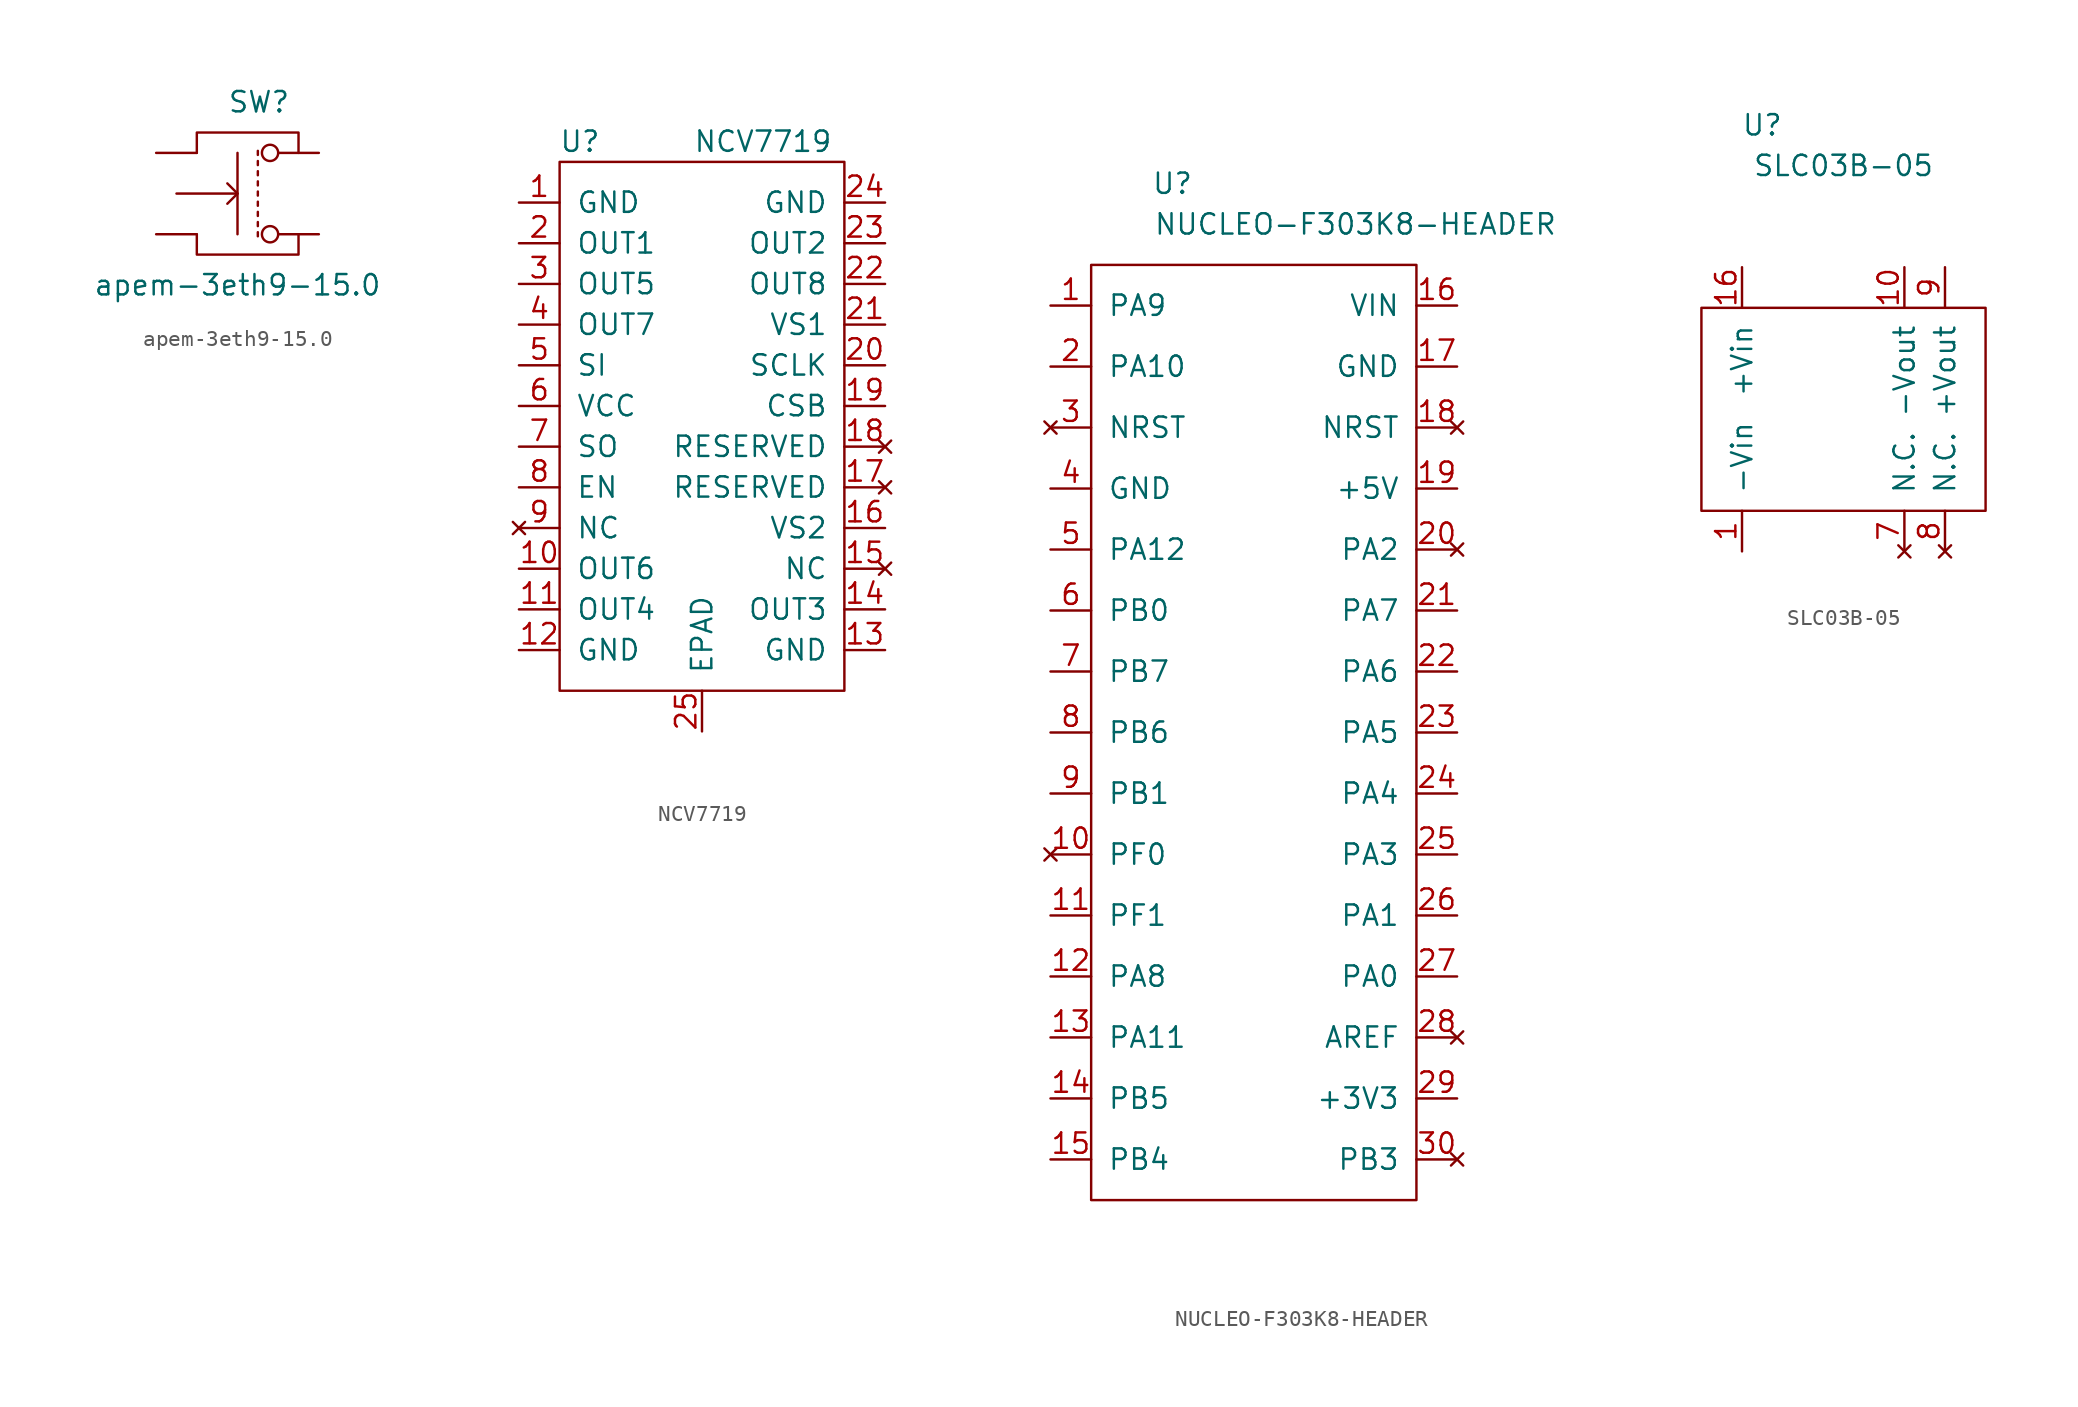
<source format=kicad_sym>
(kicad_symbol_lib
  (version 20220331)
  (generator kicad_symbol_editor)
  (symbol "apem-3eth9-15.0"
    (pin_numbers hide)
    (pin_names
      (offset 1.016) hide)
    (property "Reference" "SW"
      (at -0.635 4.445 0)
      (effects (font (size 1.27 1.27)) (justify left)))
    (property "Value" "apem-3eth9-15.0"
      (at 0 -6.985 0)
      (effects (font (size 1.27 1.27))))
    (symbol "apem-3eth9-15.0_0_1"
      (polyline (pts (xy 0 -1.27) (xy -3.81 -1.27)) (stroke (width 0) (type default)) (fill (type none)))
      (polyline (pts (xy 0 1.27) (xy 0 -3.81)) (stroke (width 0) (type default)) (fill (type none)))
      (polyline (pts (xy 1.27 -3.683) (xy 1.27 -3.937)) (stroke (width 0) (type default)) (fill (type none)))
      (polyline (pts (xy 1.27 -3.048) (xy 1.27 -3.302)) (stroke (width 0) (type default)) (fill (type none)))
      (polyline (pts (xy 1.27 -2.413) (xy 1.27 -2.667)) (stroke (width 0) (type default)) (fill (type none)))
      (polyline (pts (xy 1.27 -1.778) (xy 1.27 -2.032)) (stroke (width 0) (type default)) (fill (type none)))
      (polyline (pts (xy 1.27 -1.143) (xy 1.27 -1.397)) (stroke (width 0) (type default)) (fill (type none)))
      (polyline (pts (xy 1.27 -0.508) (xy 1.27 -0.762)) (stroke (width 0) (type default)) (fill (type none)))
      (polyline (pts (xy 1.27 0.127) (xy 1.27 -0.127)) (stroke (width 0) (type default)) (fill (type none)))
      (polyline (pts (xy 1.27 0.762) (xy 1.27 0.508)) (stroke (width 0) (type default)) (fill (type none)))
      (polyline (pts (xy 1.27 1.397) (xy 1.27 1.143)) (stroke (width 0) (type default)) (fill (type none)))
      (polyline (pts (xy -0.635 -0.635) (xy 0 -1.27) (xy -0.635 -1.905)) (stroke (width 0) (type default)) (fill (type none)))
      (polyline (pts (xy -2.54 -3.81) (xy -2.54 -5.08) (xy 3.81 -5.08) (xy 3.81 -3.81)) (stroke (width 0) (type default)) (fill (type none)))
      (polyline (pts (xy -2.54 1.27) (xy -2.54 2.54) (xy 3.81 2.54) (xy 3.81 1.27)) (stroke (width 0) (type default)) (fill (type none)))
      (circle (center 2.032 -3.81) (radius 0.508) (stroke (width 0) (type default)) (fill (type none)))
      (circle (center 2.032 1.27) (radius 0.508) (stroke (width 0) (type default)) (fill (type none)))
      (pin passive line (at 5.08 1.27 180) (length 2.54) (name "1" (effects (font (size 1.27 1.27)))) (number "1" (effects (font (size 1.27 1.27)))))
      (pin passive line (at -5.08 1.27 0) (length 2.54) (name "2" (effects (font (size 1.27 1.27)))) (number "2" (effects (font (size 1.27 1.27)))))
      (pin passive line (at 5.08 -3.81 180) (length 2.54) (name "3" (effects (font (size 1.27 1.27)))) (number "3" (effects (font (size 1.27 1.27)))))
      (pin passive line (at -5.08 -3.81 0) (length 2.54) (name "4" (effects (font (size 1.27 1.27)))) (number "4" (effects (font (size 1.27 1.27)))))))
  (symbol "NCV7719"
    (pin_names
      (offset 1.016))
    (property "Reference" "U"
      (at -7.62 17.78 0)
      (effects (font (size 1.27 1.27))))
    (property "Value" "NCV7719"
      (at 3.81 17.78 0)
      (effects (font (size 1.27 1.27))))
    (symbol "NCV7719_0_1"
      (rectangle (start -8.89 16.51) (end 8.89 -16.51) (stroke (width 0) (type default)) (fill (type none))))
    (symbol "NCV7719_1_1"
      (pin power_in line (at -11.43 13.97 0) (length 2.54) (name "GND" (effects (font (size 1.27 1.27)))) (number "1" (effects (font (size 1.27 1.27)))))
      (pin output line (at -11.43 -8.89 0) (length 2.54) (name "OUT6" (effects (font (size 1.27 1.27)))) (number "10" (effects (font (size 1.27 1.27)))))
      (pin output line (at -11.43 -11.43 0) (length 2.54) (name "OUT4" (effects (font (size 1.27 1.27)))) (number "11" (effects (font (size 1.27 1.27)))))
      (pin power_in line (at -11.43 -13.97 0) (length 2.54) (name "GND" (effects (font (size 1.27 1.27)))) (number "12" (effects (font (size 1.27 1.27)))))
      (pin power_in line (at 11.43 -13.97 180) (length 2.54) (name "GND" (effects (font (size 1.27 1.27)))) (number "13" (effects (font (size 1.27 1.27)))))
      (pin output line (at 11.43 -11.43 180) (length 2.54) (name "OUT3" (effects (font (size 1.27 1.27)))) (number "14" (effects (font (size 1.27 1.27)))))
      (pin no_connect line (at 11.43 -8.89 180) (length 2.54) (name "NC" (effects (font (size 1.27 1.27)))) (number "15" (effects (font (size 1.27 1.27)))))
      (pin power_in line (at 11.43 -6.35 180) (length 2.54) (name "VS2" (effects (font (size 1.27 1.27)))) (number "16" (effects (font (size 1.27 1.27)))))
      (pin no_connect line (at 11.43 -3.81 180) (length 2.54) (name "RESERVED" (effects (font (size 1.27 1.27)))) (number "17" (effects (font (size 1.27 1.27)))))
      (pin no_connect line (at 11.43 -1.27 180) (length 2.54) (name "RESERVED" (effects (font (size 1.27 1.27)))) (number "18" (effects (font (size 1.27 1.27)))))
      (pin input line (at 11.43 1.27 180) (length 2.54) (name "CSB" (effects (font (size 1.27 1.27)))) (number "19" (effects (font (size 1.27 1.27)))))
      (pin output line (at -11.43 11.43 0) (length 2.54) (name "OUT1" (effects (font (size 1.27 1.27)))) (number "2" (effects (font (size 1.27 1.27)))))
      (pin input line (at 11.43 3.81 180) (length 2.54) (name "SCLK" (effects (font (size 1.27 1.27)))) (number "20" (effects (font (size 1.27 1.27)))))
      (pin power_in line (at 11.43 6.35 180) (length 2.54) (name "VS1" (effects (font (size 1.27 1.27)))) (number "21" (effects (font (size 1.27 1.27)))))
      (pin output line (at 11.43 8.89 180) (length 2.54) (name "OUT8" (effects (font (size 1.27 1.27)))) (number "22" (effects (font (size 1.27 1.27)))))
      (pin output line (at 11.43 11.43 180) (length 2.54) (name "OUT2" (effects (font (size 1.27 1.27)))) (number "23" (effects (font (size 1.27 1.27)))))
      (pin power_in line (at 11.43 13.97 180) (length 2.54) (name "GND" (effects (font (size 1.27 1.27)))) (number "24" (effects (font (size 1.27 1.27)))))
      (pin input line (at 0 -19.05 90) (length 2.54) (name "EPAD" (effects (font (size 1.27 1.27)))) (number "25" (effects (font (size 1.27 1.27)))))
      (pin output line (at -11.43 8.89 0) (length 2.54) (name "OUT5" (effects (font (size 1.27 1.27)))) (number "3" (effects (font (size 1.27 1.27)))))
      (pin output line (at -11.43 6.35 0) (length 2.54) (name "OUT7" (effects (font (size 1.27 1.27)))) (number "4" (effects (font (size 1.27 1.27)))))
      (pin input line (at -11.43 3.81 0) (length 2.54) (name "SI" (effects (font (size 1.27 1.27)))) (number "5" (effects (font (size 1.27 1.27)))))
      (pin power_in line (at -11.43 1.27 0) (length 2.54) (name "VCC" (effects (font (size 1.27 1.27)))) (number "6" (effects (font (size 1.27 1.27)))))
      (pin output line (at -11.43 -1.27 0) (length 2.54) (name "SO" (effects (font (size 1.27 1.27)))) (number "7" (effects (font (size 1.27 1.27)))))
      (pin input line (at -11.43 -3.81 0) (length 2.54) (name "EN" (effects (font (size 1.27 1.27)))) (number "8" (effects (font (size 1.27 1.27)))))
      (pin no_connect line (at -11.43 -6.35 0) (length 2.54) (name "NC" (effects (font (size 1.27 1.27)))) (number "9" (effects (font (size 1.27 1.27)))))))
  (symbol "NUCLEO-F303K8-HEADER"
    (pin_names
      (offset 1.016))
    (property "Reference" "U"
      (at 5.08 63.5 0)
      (effects (font (size 1.27 1.27))))
    (property "Value" "NUCLEO-F303K8-HEADER"
      (at 16.51 60.96 0)
      (effects (font (size 1.27 1.27))))
    (symbol "NUCLEO-F303K8-HEADER_0_1"
      (rectangle (start 0 0) (end 20.32 58.42) (stroke (width 0) (type default)) (fill (type none))))
    (symbol "NUCLEO-F303K8-HEADER_1_1"
      (pin bidirectional line (at -2.54 55.88 0) (length 2.54) (name "PA9" (effects (font (size 1.27 1.27)))) (number "1" (effects (font (size 1.27 1.27)))))
      (pin no_connect line (at -2.54 21.59 0) (length 2.54) (name "PF0" (effects (font (size 1.27 1.27)))) (number "10" (effects (font (size 1.27 1.27)))))
      (pin bidirectional line (at -2.54 17.78 0) (length 2.54) (name "PF1" (effects (font (size 1.27 1.27)))) (number "11" (effects (font (size 1.27 1.27)))))
      (pin bidirectional line (at -2.54 13.97 0) (length 2.54) (name "PA8" (effects (font (size 1.27 1.27)))) (number "12" (effects (font (size 1.27 1.27)))))
      (pin bidirectional line (at -2.54 10.16 0) (length 2.54) (name "PA11" (effects (font (size 1.27 1.27)))) (number "13" (effects (font (size 1.27 1.27)))))
      (pin bidirectional line (at -2.54 6.35 0) (length 2.54) (name "PB5" (effects (font (size 1.27 1.27)))) (number "14" (effects (font (size 1.27 1.27)))))
      (pin bidirectional line (at -2.54 2.54 0) (length 2.54) (name "PB4" (effects (font (size 1.27 1.27)))) (number "15" (effects (font (size 1.27 1.27)))))
      (pin power_in line (at 22.86 55.88 180) (length 2.54) (name "VIN" (effects (font (size 1.27 1.27)))) (number "16" (effects (font (size 1.27 1.27)))))
      (pin bidirectional line (at 22.86 52.07 180) (length 2.54) (name "GND" (effects (font (size 1.27 1.27)))) (number "17" (effects (font (size 1.27 1.27)))))
      (pin no_connect line (at 22.86 48.26 180) (length 2.54) (name "NRST" (effects (font (size 1.27 1.27)))) (number "18" (effects (font (size 1.27 1.27)))))
      (pin bidirectional line (at 22.86 44.45 180) (length 2.54) (name "+5V" (effects (font (size 1.27 1.27)))) (number "19" (effects (font (size 1.27 1.27)))))
      (pin bidirectional line (at -2.54 52.07 0) (length 2.54) (name "PA10" (effects (font (size 1.27 1.27)))) (number "2" (effects (font (size 1.27 1.27)))))
      (pin no_connect line (at 22.86 40.64 180) (length 2.54) (name "PA2" (effects (font (size 1.27 1.27)))) (number "20" (effects (font (size 1.27 1.27)))))
      (pin bidirectional line (at 22.86 36.83 180) (length 2.54) (name "PA7" (effects (font (size 1.27 1.27)))) (number "21" (effects (font (size 1.27 1.27)))))
      (pin bidirectional line (at 22.86 33.02 180) (length 2.54) (name "PA6" (effects (font (size 1.27 1.27)))) (number "22" (effects (font (size 1.27 1.27)))))
      (pin bidirectional line (at 22.86 29.21 180) (length 2.54) (name "PA5" (effects (font (size 1.27 1.27)))) (number "23" (effects (font (size 1.27 1.27)))))
      (pin bidirectional line (at 22.86 25.4 180) (length 2.54) (name "PA4" (effects (font (size 1.27 1.27)))) (number "24" (effects (font (size 1.27 1.27)))))
      (pin bidirectional line (at 22.86 21.59 180) (length 2.54) (name "PA3" (effects (font (size 1.27 1.27)))) (number "25" (effects (font (size 1.27 1.27)))))
      (pin bidirectional line (at 22.86 17.78 180) (length 2.54) (name "PA1" (effects (font (size 1.27 1.27)))) (number "26" (effects (font (size 1.27 1.27)))))
      (pin bidirectional line (at 22.86 13.97 180) (length 2.54) (name "PA0" (effects (font (size 1.27 1.27)))) (number "27" (effects (font (size 1.27 1.27)))))
      (pin no_connect line (at 22.86 10.16 180) (length 2.54) (name "AREF" (effects (font (size 1.27 1.27)))) (number "28" (effects (font (size 1.27 1.27)))))
      (pin bidirectional line (at 22.86 6.35 180) (length 2.54) (name "+3V3" (effects (font (size 1.27 1.27)))) (number "29" (effects (font (size 1.27 1.27)))))
      (pin no_connect line (at -2.54 48.26 0) (length 2.54) (name "NRST" (effects (font (size 1.27 1.27)))) (number "3" (effects (font (size 1.27 1.27)))))
      (pin no_connect line (at 22.86 2.54 180) (length 2.54) (name "PB3" (effects (font (size 1.27 1.27)))) (number "30" (effects (font (size 1.27 1.27)))))
      (pin bidirectional line (at -2.54 44.45 0) (length 2.54) (name "GND" (effects (font (size 1.27 1.27)))) (number "4" (effects (font (size 1.27 1.27)))))
      (pin bidirectional line (at -2.54 40.64 0) (length 2.54) (name "PA12" (effects (font (size 1.27 1.27)))) (number "5" (effects (font (size 1.27 1.27)))))
      (pin bidirectional line (at -2.54 36.83 0) (length 2.54) (name "PB0" (effects (font (size 1.27 1.27)))) (number "6" (effects (font (size 1.27 1.27)))))
      (pin bidirectional line (at -2.54 33.02 0) (length 2.54) (name "PB7" (effects (font (size 1.27 1.27)))) (number "7" (effects (font (size 1.27 1.27)))))
      (pin bidirectional line (at -2.54 29.21 0) (length 2.54) (name "PB6" (effects (font (size 1.27 1.27)))) (number "8" (effects (font (size 1.27 1.27)))))
      (pin bidirectional line (at -2.54 25.4 0) (length 2.54) (name "PB1" (effects (font (size 1.27 1.27)))) (number "9" (effects (font (size 1.27 1.27)))))))
  (symbol "SLC03B-05"
    (pin_names
      (offset 1.016))
    (property "Reference" "U"
      (at -5.08 17.78 0)
      (effects (font (size 1.27 1.27))))
    (property "Value" "SLC03B-05"
      (at 0 15.24 0)
      (effects (font (size 1.27 1.27))))
    (symbol "SLC03B-05_0_1"
      (rectangle (start -8.89 6.35) (end 8.89 -6.35) (stroke (width 0) (type default)) (fill (type none))))
    (symbol "SLC03B-05_1_1"
      (pin input line (at -6.35 -8.89 90) (length 2.54) (name "-Vin" (effects (font (size 1.27 1.27)))) (number "1" (effects (font (size 1.27 1.27)))))
      (pin output line (at 3.81 8.89 270) (length 2.54) (name "-Vout" (effects (font (size 1.27 1.27)))) (number "10" (effects (font (size 1.27 1.27)))))
      (pin input line (at -6.35 8.89 270) (length 2.54) (name "+Vin" (effects (font (size 1.27 1.27)))) (number "16" (effects (font (size 1.27 1.27)))))
      (pin no_connect line (at 3.81 -8.89 90) (length 2.54) (name "N.C." (effects (font (size 1.27 1.27)))) (number "7" (effects (font (size 1.27 1.27)))))
      (pin no_connect line (at 6.35 -8.89 90) (length 2.54) (name "N.C." (effects (font (size 1.27 1.27)))) (number "8" (effects (font (size 1.27 1.27)))))
      (pin output line (at 6.35 8.89 270) (length 2.54) (name "+Vout" (effects (font (size 1.27 1.27)))) (number "9" (effects (font (size 1.27 1.27))))))))
</source>
